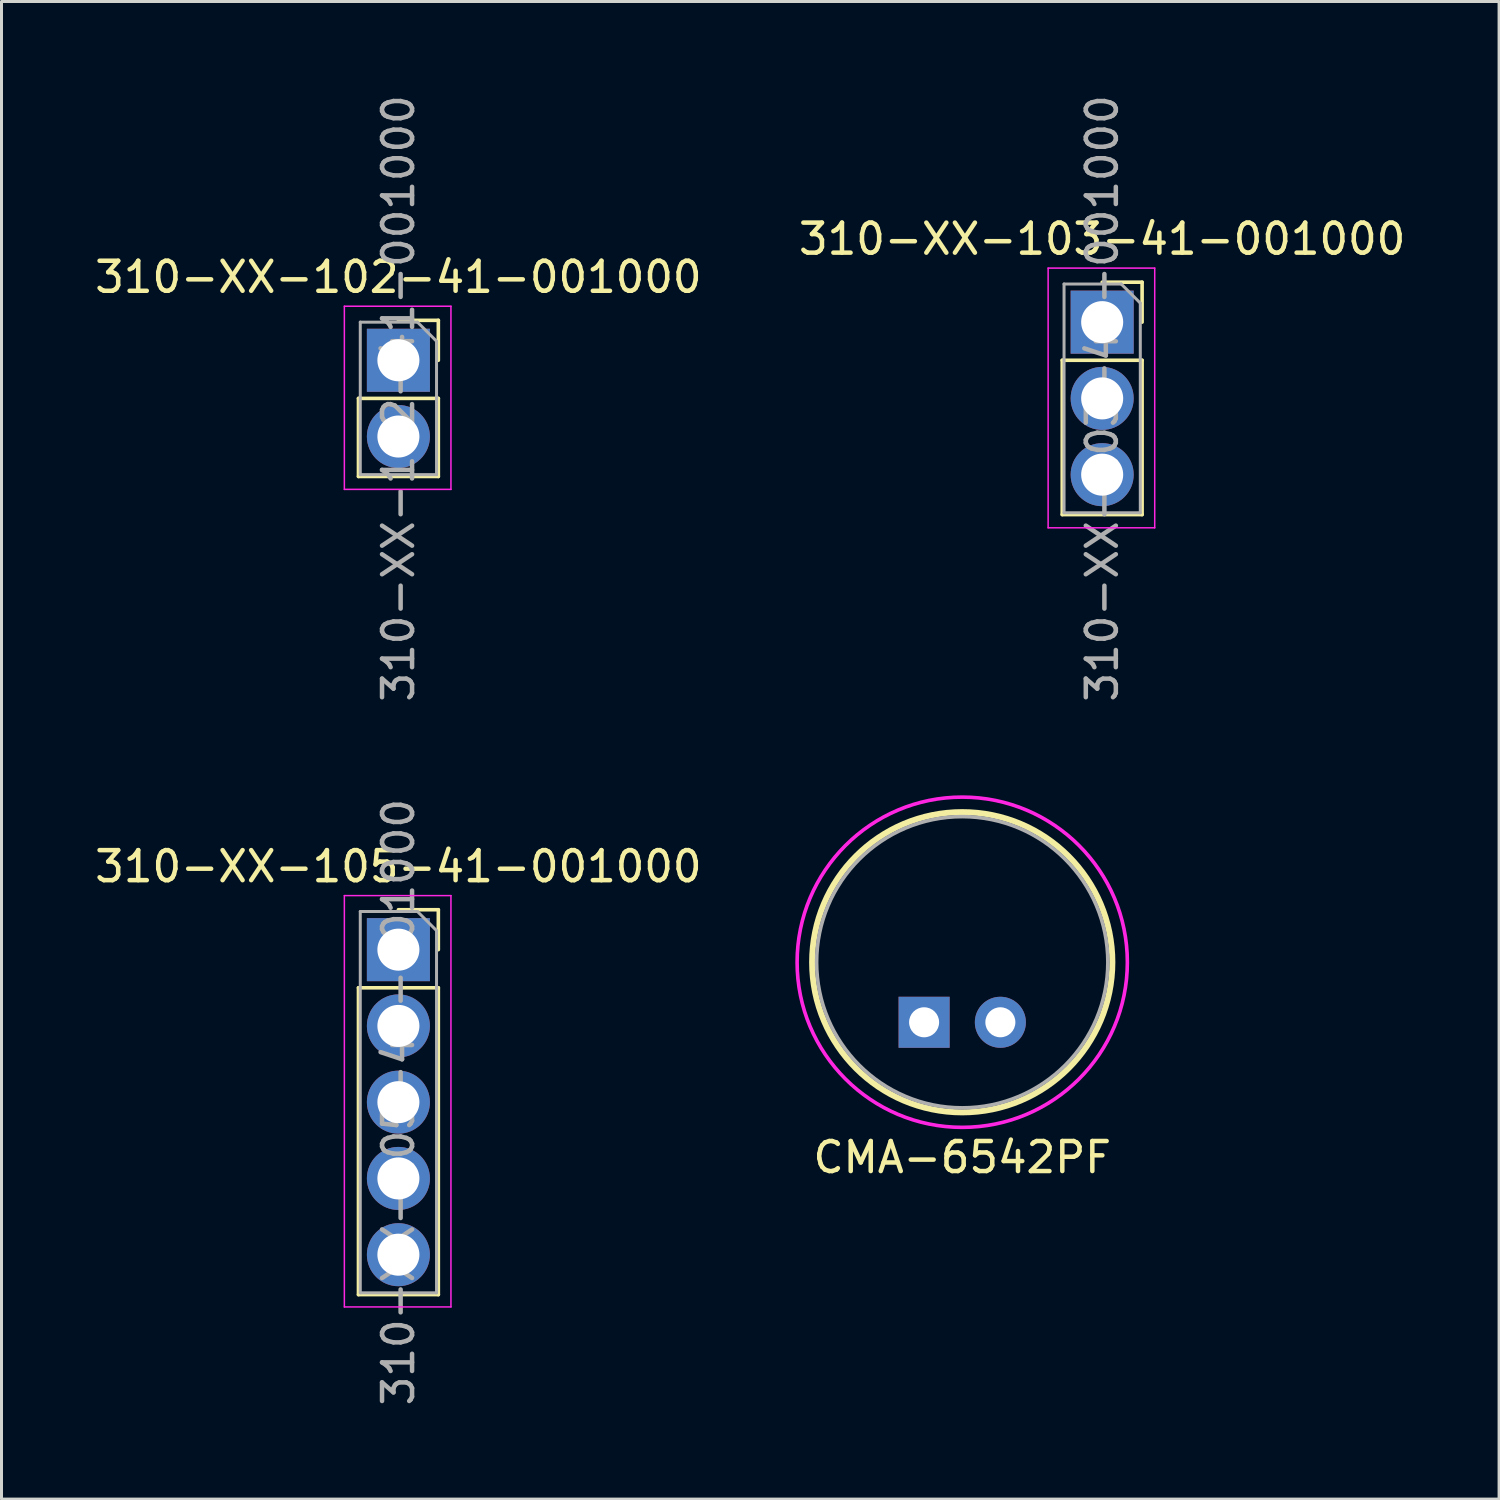
<source format=kicad_pcb>
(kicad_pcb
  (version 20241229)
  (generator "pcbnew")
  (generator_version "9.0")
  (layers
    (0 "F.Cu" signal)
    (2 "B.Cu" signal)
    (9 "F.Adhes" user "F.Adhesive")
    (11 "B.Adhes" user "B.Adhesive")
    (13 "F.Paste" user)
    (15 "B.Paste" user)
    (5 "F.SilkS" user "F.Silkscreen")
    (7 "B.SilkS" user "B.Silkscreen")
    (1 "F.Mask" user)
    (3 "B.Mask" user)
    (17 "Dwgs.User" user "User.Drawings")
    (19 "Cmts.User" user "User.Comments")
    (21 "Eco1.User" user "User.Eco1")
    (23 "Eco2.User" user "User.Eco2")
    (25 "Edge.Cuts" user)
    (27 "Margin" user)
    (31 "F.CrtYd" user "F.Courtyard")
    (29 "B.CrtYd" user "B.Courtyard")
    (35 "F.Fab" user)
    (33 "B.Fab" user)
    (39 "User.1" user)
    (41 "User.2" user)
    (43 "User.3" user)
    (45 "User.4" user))
  (footprint "310-XX-105-41-001000"
    (layer "F.Cu")
    (at 10.22 28.581)
    (property "Reference" "310-XX-105-41-001000" (at 0 -2.77 0) (layer "F.SilkS") (effects (font (size 1 1) (thickness 0.15))))
    (attr through_hole)
    (fp_line (start -1.33 1.27) (end -1.33 11.49) (stroke (width 0.12) (type solid)) (layer "F.SilkS"))
    (fp_line (start -1.33 1.27) (end 1.33 1.27) (stroke (width 0.12) (type solid)) (layer "F.SilkS"))
    (fp_line (start -1.33 11.49) (end 1.33 11.49) (stroke (width 0.12) (type solid)) (layer "F.SilkS"))
    (fp_line (start 0 -1.33) (end 1.33 -1.33) (stroke (width 0.12) (type solid)) (layer "F.SilkS"))
    (fp_line (start 1.33 -1.33) (end 1.33 0) (stroke (width 0.12) (type solid)) (layer "F.SilkS"))
    (fp_line (start 1.33 1.27) (end 1.33 11.49) (stroke (width 0.12) (type solid)) (layer "F.SilkS"))
    (fp_line (start -1.8 -1.8) (end 1.75 -1.8) (stroke (width 0.05) (type solid)) (layer "F.CrtYd"))
    (fp_line (start -1.8 11.9) (end -1.8 -1.8) (stroke (width 0.05) (type solid)) (layer "F.CrtYd"))
    (fp_line (start 1.75 -1.8) (end 1.75 11.9) (stroke (width 0.05) (type solid)) (layer "F.CrtYd"))
    (fp_line (start 1.75 11.9) (end -1.8 11.9) (stroke (width 0.05) (type solid)) (layer "F.CrtYd"))
    (fp_line (start -1.27 -1.27) (end 0.635 -1.27) (stroke (width 0.1) (type solid)) (layer "F.Fab"))
    (fp_line (start -1.27 11.43) (end -1.27 -1.27) (stroke (width 0.1) (type solid)) (layer "F.Fab"))
    (fp_line (start 0.635 -1.27) (end 1.27 -0.635) (stroke (width 0.1) (type solid)) (layer "F.Fab"))
    (fp_line (start 1.27 -0.635) (end 1.27 11.43) (stroke (width 0.1) (type solid)) (layer "F.Fab"))
    (fp_line (start 1.27 11.43) (end -1.27 11.43) (stroke (width 0.1) (type solid)) (layer "F.Fab"))
    (fp_text user "${REFERENCE}" (at 0 5.08 90) (layer "F.Fab") (effects (font (size 1 1) (thickness 0.15))))
    (pad "1" thru_hole rect (at 0 0) (size 2.1 2.1) (drill 1.4) (layers "*.Cu" "*.Mask"))
    (pad "2" thru_hole oval (at 0 2.54) (size 2.1 2.1) (drill 1.4) (layers "*.Cu" "*.Mask"))
    (pad "3" thru_hole oval (at 0 5.08) (size 2.1 2.1) (drill 1.4) (layers "*.Cu" "*.Mask"))
    (pad "4" thru_hole oval (at 0 7.62) (size 2.1 2.1) (drill 1.4) (layers "*.Cu" "*.Mask"))
    (pad "5" thru_hole oval (at 0 10.16) (size 2.1 2.1) (drill 1.4) (layers "*.Cu" "*.Mask")))
  (footprint "310-XX-103-41-001000"
    (layer "F.Cu")
    (at 33.661 7.68)
    (property "Reference" "310-XX-103-41-001000" (at 0 -2.77 0) (layer "F.SilkS") (effects (font (size 1 1) (thickness 0.15))))
    (attr through_hole)
    (fp_line (start -1.33 1.27) (end -1.33 6.41) (stroke (width 0.12) (type solid)) (layer "F.SilkS"))
    (fp_line (start -1.33 1.27) (end 1.33 1.27) (stroke (width 0.12) (type solid)) (layer "F.SilkS"))
    (fp_line (start -1.33 6.41) (end 1.33 6.41) (stroke (width 0.12) (type solid)) (layer "F.SilkS"))
    (fp_line (start 0 -1.33) (end 1.33 -1.33) (stroke (width 0.12) (type solid)) (layer "F.SilkS"))
    (fp_line (start 1.33 -1.33) (end 1.33 0) (stroke (width 0.12) (type solid)) (layer "F.SilkS"))
    (fp_line (start 1.33 1.27) (end 1.33 6.41) (stroke (width 0.12) (type solid)) (layer "F.SilkS"))
    (fp_line (start -1.8 -1.8) (end 1.75 -1.8) (stroke (width 0.05) (type solid)) (layer "F.CrtYd"))
    (fp_line (start -1.8 6.85) (end -1.8 -1.8) (stroke (width 0.05) (type solid)) (layer "F.CrtYd"))
    (fp_line (start 1.75 -1.8) (end 1.75 6.85) (stroke (width 0.05) (type solid)) (layer "F.CrtYd"))
    (fp_line (start 1.75 6.85) (end -1.8 6.85) (stroke (width 0.05) (type solid)) (layer "F.CrtYd"))
    (fp_line (start -1.27 -1.27) (end 0.635 -1.27) (stroke (width 0.1) (type solid)) (layer "F.Fab"))
    (fp_line (start -1.27 6.35) (end -1.27 -1.27) (stroke (width 0.1) (type solid)) (layer "F.Fab"))
    (fp_line (start 0.635 -1.27) (end 1.27 -0.635) (stroke (width 0.1) (type solid)) (layer "F.Fab"))
    (fp_line (start 1.27 -0.635) (end 1.27 6.35) (stroke (width 0.1) (type solid)) (layer "F.Fab"))
    (fp_line (start 1.27 6.35) (end -1.27 6.35) (stroke (width 0.1) (type solid)) (layer "F.Fab"))
    (fp_text user "${REFERENCE}" (at 0 2.54 90) (layer "F.Fab") (effects (font (size 1 1) (thickness 0.15))))
    (pad "1" thru_hole rect (at 0 0) (size 2.1 2.1) (drill 1.4) (layers "*.Cu" "*.Mask"))
    (pad "2" thru_hole oval (at 0 2.54) (size 2.1 2.1) (drill 1.4) (layers "*.Cu" "*.Mask"))
    (pad "3" thru_hole oval (at 0 5.08) (size 2.1 2.1) (drill 1.4) (layers "*.Cu" "*.Mask")))
  (footprint "310-XX-102-41-001000"
    (layer "F.Cu")
    (at 10.22 8.95)
    (property "Reference" "310-XX-102-41-001000" (at 0 -2.77 0) (layer "F.SilkS") (effects (font (size 1 1) (thickness 0.15))))
    (attr through_hole)
    (fp_line (start -1.33 1.27) (end -1.33 3.87) (stroke (width 0.12) (type solid)) (layer "F.SilkS"))
    (fp_line (start -1.33 1.27) (end 1.33 1.27) (stroke (width 0.12) (type solid)) (layer "F.SilkS"))
    (fp_line (start -1.33 3.87) (end 1.33 3.87) (stroke (width 0.12) (type solid)) (layer "F.SilkS"))
    (fp_line (start 0 -1.33) (end 1.33 -1.33) (stroke (width 0.12) (type solid)) (layer "F.SilkS"))
    (fp_line (start 1.33 -1.33) (end 1.33 0) (stroke (width 0.12) (type solid)) (layer "F.SilkS"))
    (fp_line (start 1.33 1.27) (end 1.33 3.87) (stroke (width 0.12) (type solid)) (layer "F.SilkS"))
    (fp_line (start -1.8 -1.8) (end 1.75 -1.8) (stroke (width 0.05) (type solid)) (layer "F.CrtYd"))
    (fp_line (start -1.8 4.3) (end -1.8 -1.8) (stroke (width 0.05) (type solid)) (layer "F.CrtYd"))
    (fp_line (start 1.75 -1.8) (end 1.75 4.3) (stroke (width 0.05) (type solid)) (layer "F.CrtYd"))
    (fp_line (start 1.75 4.3) (end -1.8 4.3) (stroke (width 0.05) (type solid)) (layer "F.CrtYd"))
    (fp_line (start -1.27 -1.27) (end 0.635 -1.27) (stroke (width 0.1) (type solid)) (layer "F.Fab"))
    (fp_line (start -1.27 3.81) (end -1.27 -1.27) (stroke (width 0.1) (type solid)) (layer "F.Fab"))
    (fp_line (start 0.635 -1.27) (end 1.27 -0.635) (stroke (width 0.1) (type solid)) (layer "F.Fab"))
    (fp_line (start 1.27 -0.635) (end 1.27 3.81) (stroke (width 0.1) (type solid)) (layer "F.Fab"))
    (fp_line (start 1.27 3.81) (end -1.27 3.81) (stroke (width 0.1) (type solid)) (layer "F.Fab"))
    (fp_text user "${REFERENCE}" (at 0 1.27 90) (layer "F.Fab") (effects (font (size 1 1) (thickness 0.15))))
    (pad "1" thru_hole rect (at 0 0) (size 2.1 2.1) (drill 1.4) (layers "*.Cu" "*.Mask"))
    (pad "2" thru_hole oval (at 0 2.54) (size 2.1 2.1) (drill 1.4) (layers "*.Cu" "*.Mask")))
  (footprint "CMA-6542PF"
    (layer "F.Cu")
    (at 29 29)
    (property "Reference" "CMA-6542PF" (at 0 6.5 0) (layer "F.SilkS") (effects (font (size 1 1) (thickness 0.15))))
    (attr through_hole)
    (fp_circle (center 0 0) (end 5 0) (stroke (width 0.2) (type solid)) (fill no) (layer "F.SilkS"))
    (fp_circle (center 0 0) (end 5.5 0) (stroke (width 0.12) (type solid)) (fill no) (layer "F.CrtYd"))
    (fp_circle (center 0 0) (end 4.85 0) (stroke (width 0.12) (type solid)) (fill no) (layer "F.Fab"))
    (pad "1" thru_hole circle (at 1.27 2 90) (size 1.7 1.7) (drill 1) (layers "*.Cu" "B.Mask"))
    (pad "2" thru_hole rect (at -1.27 2 90) (size 1.7 1.7) (drill 1) (layers "*.Cu" "B.Mask")))
  (gr_rect
    (start -3 -3)
    (end 46.881 46.881)
    (stroke (width 0.1) (type default))
    (fill no)
    (layer "Edge.Cuts")))
</source>
